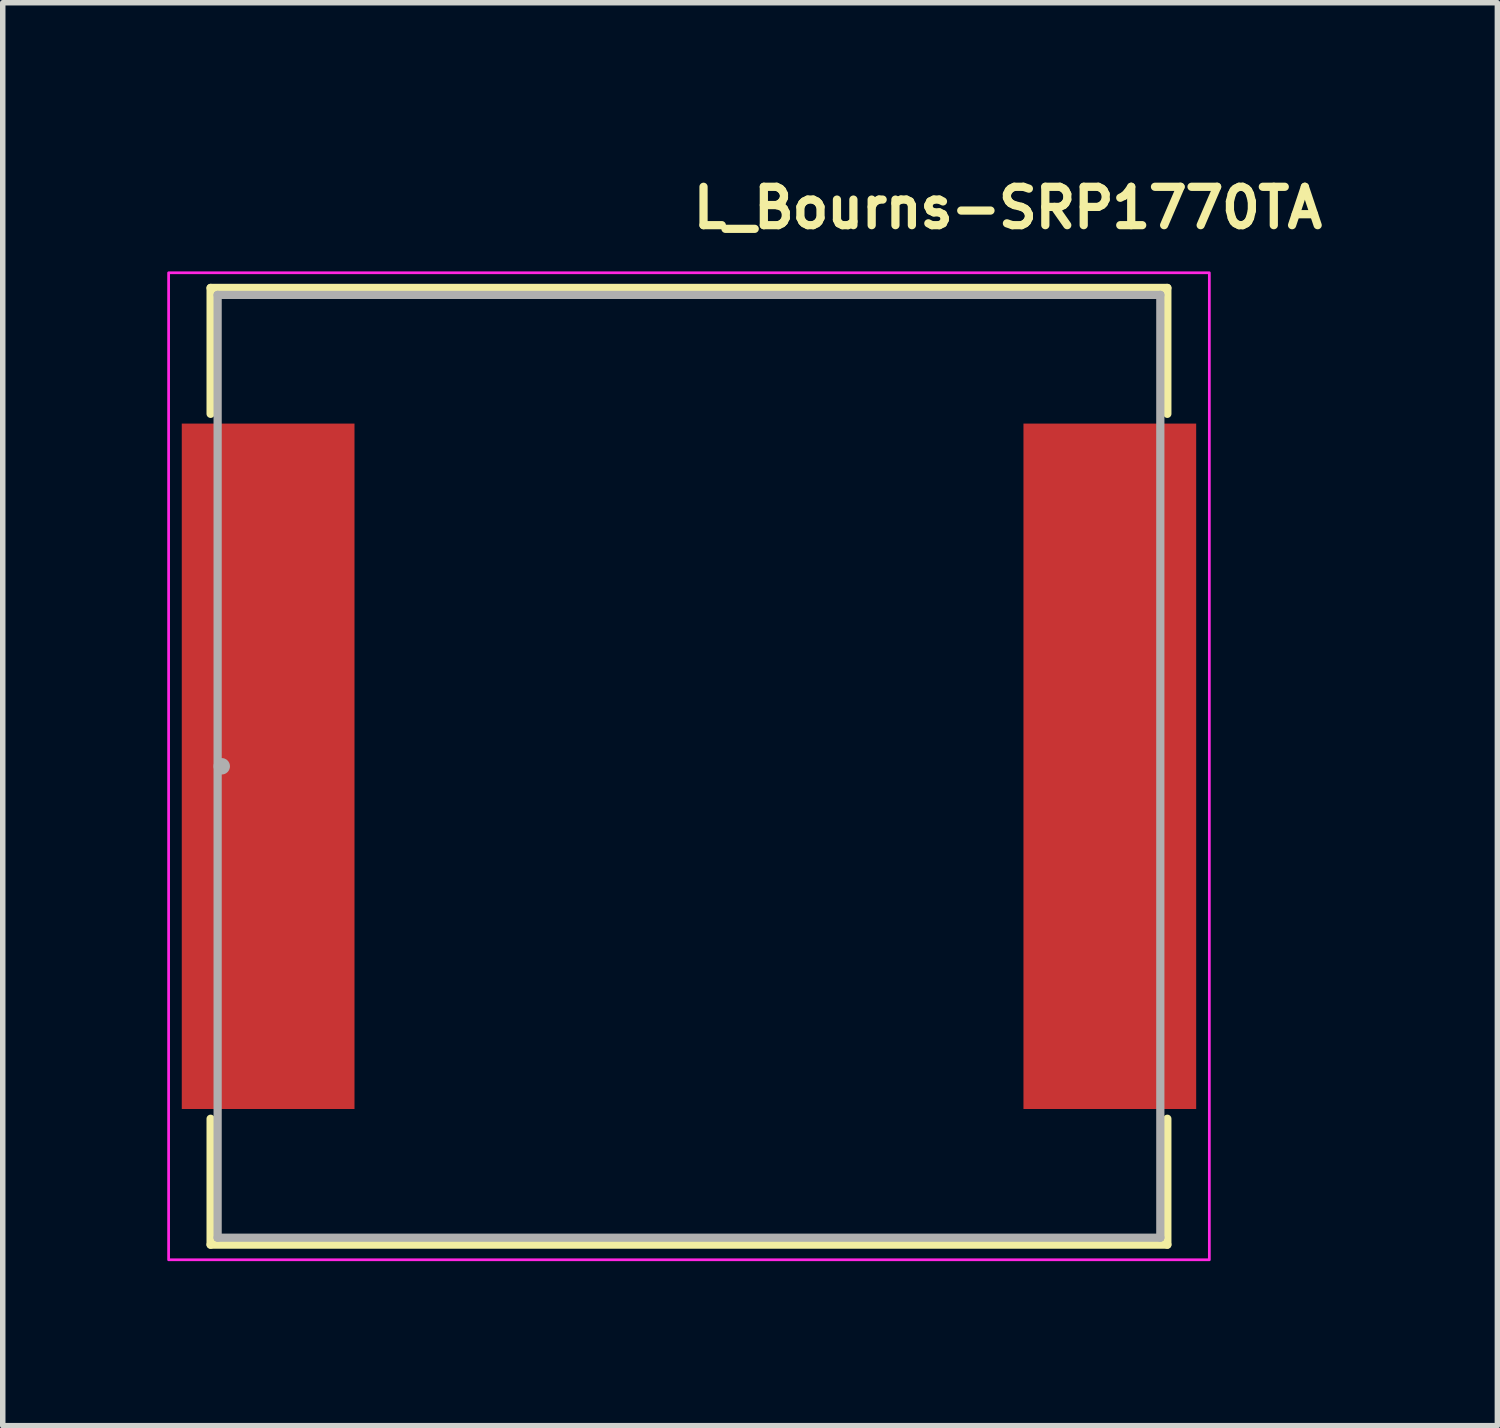
<source format=kicad_pcb>
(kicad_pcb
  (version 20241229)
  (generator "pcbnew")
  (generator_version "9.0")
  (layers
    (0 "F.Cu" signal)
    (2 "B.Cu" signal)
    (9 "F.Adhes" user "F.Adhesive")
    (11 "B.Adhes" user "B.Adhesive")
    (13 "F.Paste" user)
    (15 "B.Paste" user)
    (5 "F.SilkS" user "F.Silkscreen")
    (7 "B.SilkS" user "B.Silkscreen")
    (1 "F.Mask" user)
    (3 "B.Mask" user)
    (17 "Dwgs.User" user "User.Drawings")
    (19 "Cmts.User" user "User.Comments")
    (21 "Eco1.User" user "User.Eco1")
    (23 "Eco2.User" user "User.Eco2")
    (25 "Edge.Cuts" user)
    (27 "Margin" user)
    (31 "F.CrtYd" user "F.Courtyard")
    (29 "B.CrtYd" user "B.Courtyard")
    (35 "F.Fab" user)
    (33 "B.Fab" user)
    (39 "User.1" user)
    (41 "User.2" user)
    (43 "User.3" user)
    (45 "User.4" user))
  (footprint "L_Bourns-SRP1770TA"
    (layer "F.Cu")
    (at 9.515 10.925)
    (property "Reference" "L_Bourns-SRP1770TA" (at 0 -9.775 0) (layer "F.SilkS") (effects (font (size 0.7 0.7) (thickness 0.15)) (justify left bottom)))
    (attr smd)
    (fp_line (start -8.724 -8.724) (end -8.724 -6.428) (stroke (width 0.15) (type solid)) (layer "F.SilkS"))
    (fp_line (start -8.724 6.428) (end -8.724 8.724) (stroke (width 0.15) (type solid)) (layer "F.SilkS"))
    (fp_line (start -8.724 8.724) (end 8.724 8.724) (stroke (width 0.15) (type solid)) (layer "F.SilkS"))
    (fp_line (start 8.724 -8.724) (end -8.724 -8.724) (stroke (width 0.15) (type solid)) (layer "F.SilkS"))
    (fp_line (start 8.724 -6.428) (end 8.724 -8.724) (stroke (width 0.15) (type solid)) (layer "F.SilkS"))
    (fp_line (start 8.724 8.724) (end 8.724 6.428) (stroke (width 0.15) (type solid)) (layer "F.SilkS"))
    (fp_rect (start -9.49 -9) (end 9.49 9) (stroke (width 0.05) (type solid)) (fill no) (layer "F.CrtYd"))
    (fp_line (start -8.596 -8.597) (end -8.596 8.597) (stroke (width 0.15) (type solid)) (layer "F.Fab"))
    (fp_line (start -8.596 8.597) (end 8.596 8.597) (stroke (width 0.15) (type solid)) (layer "F.Fab"))
    (fp_line (start 8.596 -8.597) (end -8.596 -8.597) (stroke (width 0.15) (type solid)) (layer "F.Fab"))
    (fp_line (start 8.596 8.597) (end 8.596 -8.597) (stroke (width 0.15) (type solid)) (layer "F.Fab"))
    (fp_circle (center -8.521 0) (end -8.521 0) (stroke (width 0.15) (type solid)) (fill no) (layer "F.Fab"))
    (fp_rect (start -8.598 -8.6) (end 8.598 8.6) (stroke (width 0.1) (type solid)) (fill no) (layer "User.5"))
    (fp_line (start -8.598 -6.096) (end -6.096 -6.096) (stroke (width 0.02) (type solid)) (layer "User.9"))
    (fp_line (start -8.598 6.096) (end -8.598 -6.096) (stroke (width 0.02) (type solid)) (layer "User.9"))
    (fp_line (start -8.571 -8.598) (end -8.571 -6.096) (stroke (width 0.02) (type solid)) (layer "User.9"))
    (fp_line (start -8.571 6.096) (end -8.571 8.598) (stroke (width 0.02) (type solid)) (layer "User.9"))
    (fp_line (start -8.571 8.598) (end -4.877 8.598) (stroke (width 0.02) (type solid)) (layer "User.9"))
    (fp_line (start -6.096 -6.096) (end -6.096 6.096) (stroke (width 0.02) (type solid)) (layer "User.9"))
    (fp_line (start -6.096 6.096) (end -8.598 6.096) (stroke (width 0.02) (type solid)) (layer "User.9"))
    (fp_line (start -4.877 -8.598) (end -8.571 -8.598) (stroke (width 0.02) (type solid)) (layer "User.9"))
    (fp_line (start -4.877 8.6) (end -4.877 -8.6) (stroke (width 0.02) (type solid)) (layer "User.9"))
    (fp_line (start -4.877 8.6) (end -3.658 8.6) (stroke (width 0.02) (type solid)) (layer "User.9"))
    (fp_line (start -3.658 -8.6) (end -4.877 -8.6) (stroke (width 0.02) (type solid)) (layer "User.9"))
    (fp_line (start -3.658 -8.6) (end -3.658 8.6) (stroke (width 0.02) (type solid)) (layer "User.9"))
    (fp_line (start -3.658 8.598) (end 8.571 8.598) (stroke (width 0.02) (type solid)) (layer "User.9"))
    (fp_line (start 6.096 -6.096) (end 8.598 -6.096) (stroke (width 0.02) (type solid)) (layer "User.9"))
    (fp_line (start 6.096 6.096) (end 6.096 -6.096) (stroke (width 0.02) (type solid)) (layer "User.9"))
    (fp_line (start 8.571 -8.598) (end -3.658 -8.598) (stroke (width 0.02) (type solid)) (layer "User.9"))
    (fp_line (start 8.571 -6.096) (end 8.571 -8.598) (stroke (width 0.02) (type solid)) (layer "User.9"))
    (fp_line (start 8.571 8.598) (end 8.571 6.096) (stroke (width 0.02) (type solid)) (layer "User.9"))
    (fp_line (start 8.598 -6.096) (end 8.598 6.096) (stroke (width 0.02) (type solid)) (layer "User.9"))
    (fp_line (start 8.598 6.096) (end 6.096 6.096) (stroke (width 0.02) (type solid)) (layer "User.9"))
    (pad "1" smd rect (at -7.675 0) (size 3.15 12.5) (layers "F.Cu" "F.Mask" "F.Paste"))
    (pad "2" smd rect (at 7.675 0) (size 3.15 12.5) (layers "F.Cu" "F.Mask" "F.Paste")))
  (gr_rect
    (start -3 -3)
    (end 24.258 22.95)
    (stroke (width 0.1) (type default))
    (fill no)
    (layer "Edge.Cuts")))
</source>
